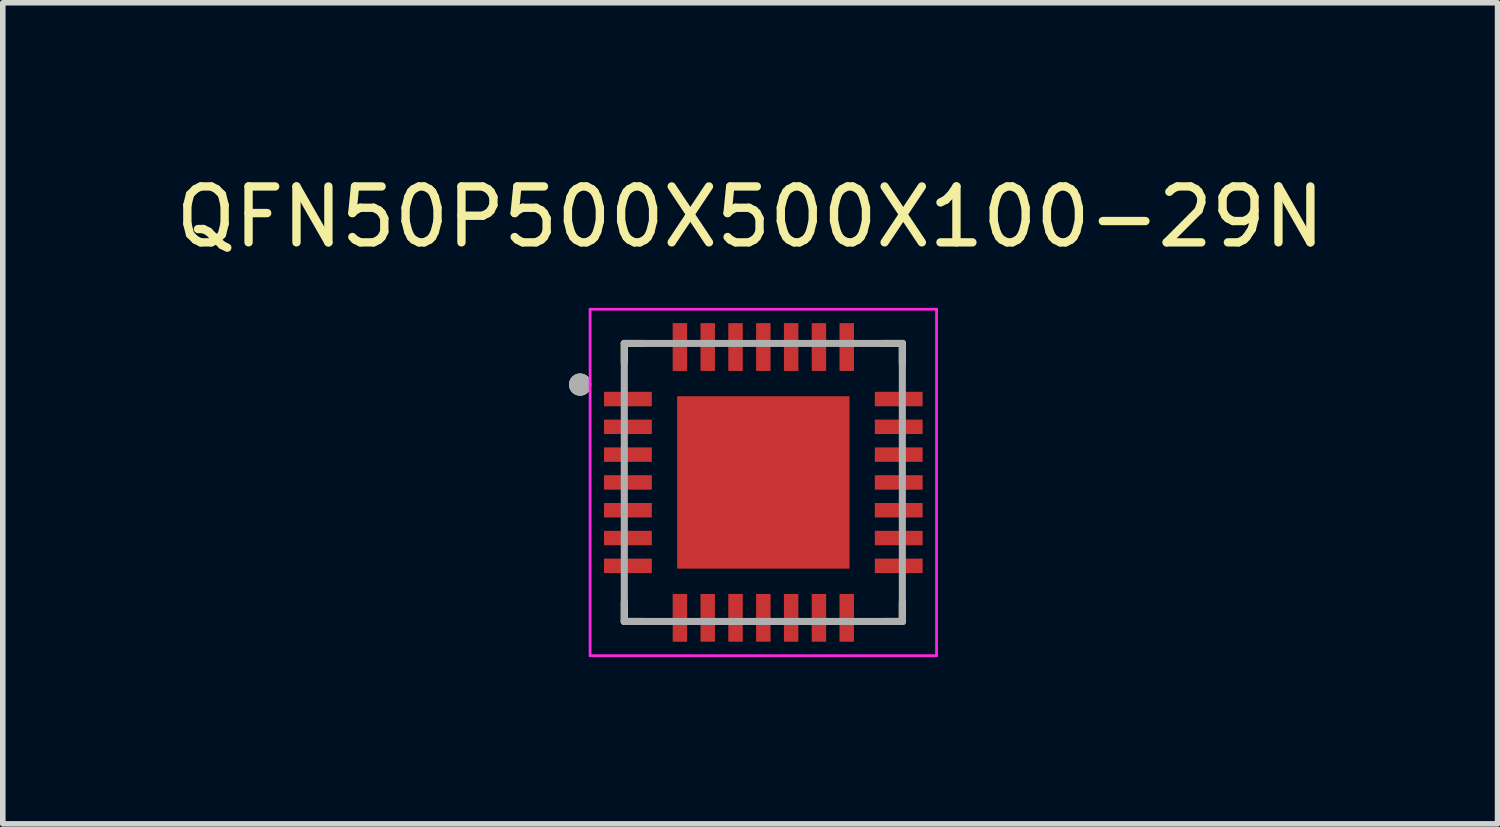
<source format=kicad_pcb>
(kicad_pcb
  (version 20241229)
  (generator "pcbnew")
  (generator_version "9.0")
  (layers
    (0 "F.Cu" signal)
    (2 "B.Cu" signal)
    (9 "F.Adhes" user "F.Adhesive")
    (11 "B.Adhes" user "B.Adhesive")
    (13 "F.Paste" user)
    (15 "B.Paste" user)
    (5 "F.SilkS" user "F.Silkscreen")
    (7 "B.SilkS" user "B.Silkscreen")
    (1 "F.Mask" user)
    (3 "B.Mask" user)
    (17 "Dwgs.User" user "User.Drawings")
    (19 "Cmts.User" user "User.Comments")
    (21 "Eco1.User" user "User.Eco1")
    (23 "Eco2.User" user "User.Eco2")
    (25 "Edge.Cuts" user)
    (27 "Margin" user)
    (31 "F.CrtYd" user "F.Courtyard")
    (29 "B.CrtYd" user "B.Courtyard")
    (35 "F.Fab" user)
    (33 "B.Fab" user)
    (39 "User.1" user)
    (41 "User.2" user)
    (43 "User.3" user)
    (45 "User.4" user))
  (footprint "QFN50P500X500X100-29N"
    (layer "F.Cu")
    (at 10.677 5.626)
    (property "Reference" "QFN50P500X500X100-29N" (at -0.236 -4.775 0) (layer "F.SilkS") (effects (font (size 1.005 1.005) (thickness 0.15))))
    (attr smd)
    (fp_line (start -2.5 -2.5) (end -2.5 -2.15) (stroke (width 0.127) (type solid)) (layer "F.SilkS"))
    (fp_line (start -2.5 -2.5) (end -2.15 -2.5) (stroke (width 0.127) (type solid)) (layer "F.SilkS"))
    (fp_line (start -2.5 2.5) (end -2.5 2.15) (stroke (width 0.127) (type solid)) (layer "F.SilkS"))
    (fp_line (start -2.5 2.5) (end -2.15 2.5) (stroke (width 0.127) (type solid)) (layer "F.SilkS"))
    (fp_line (start 2.5 -2.5) (end 2.15 -2.5) (stroke (width 0.127) (type solid)) (layer "F.SilkS"))
    (fp_line (start 2.5 -2.5) (end 2.5 -2.15) (stroke (width 0.127) (type solid)) (layer "F.SilkS"))
    (fp_line (start 2.5 2.5) (end 2.15 2.5) (stroke (width 0.127) (type solid)) (layer "F.SilkS"))
    (fp_line (start 2.5 2.5) (end 2.5 2.15) (stroke (width 0.127) (type solid)) (layer "F.SilkS"))
    (fp_circle (center -3.295 -1.76) (end -3.195 -1.76) (stroke (width 0.2) (type solid)) (fill no) (layer "F.SilkS"))
    (fp_poly (pts (xy -0.982 -0.98) (xy 0.98 -0.98) (xy 0.98 0.982) (xy -0.982 0.982)) (stroke (width 0.01) (type solid)) (fill yes) (layer "F.Paste"))
    (fp_line (start -3.115 -3.115) (end 3.115 -3.115) (stroke (width 0.05) (type solid)) (layer "F.CrtYd"))
    (fp_line (start -3.115 3.115) (end -3.115 -3.115) (stroke (width 0.05) (type solid)) (layer "F.CrtYd"))
    (fp_line (start -3.115 3.115) (end 3.115 3.115) (stroke (width 0.05) (type solid)) (layer "F.CrtYd"))
    (fp_line (start 3.115 3.115) (end 3.115 -3.115) (stroke (width 0.05) (type solid)) (layer "F.CrtYd"))
    (fp_line (start -2.5 2.5) (end -2.5 -2.5) (stroke (width 0.127) (type solid)) (layer "F.Fab"))
    (fp_line (start 2.5 -2.5) (end -2.5 -2.5) (stroke (width 0.127) (type solid)) (layer "F.Fab"))
    (fp_line (start 2.5 2.5) (end -2.5 2.5) (stroke (width 0.127) (type solid)) (layer "F.Fab"))
    (fp_line (start 2.5 2.5) (end 2.5 -2.5) (stroke (width 0.127) (type solid)) (layer "F.Fab"))
    (fp_circle (center -3.295 -1.76) (end -3.195 -1.76) (stroke (width 0.2) (type solid)) (fill no) (layer "F.Fab"))
    (pad "1" smd roundrect (at -2.435 -1.5) (size 0.86 0.26) (layers "F.Cu" "F.Mask" "F.Paste") (roundrect_rratio 0.03))
    (pad "2" smd roundrect (at -2.435 -1) (size 0.86 0.26) (layers "F.Cu" "F.Mask" "F.Paste") (roundrect_rratio 0.03))
    (pad "3" smd roundrect (at -2.435 -0.5) (size 0.86 0.26) (layers "F.Cu" "F.Mask" "F.Paste") (roundrect_rratio 0.03))
    (pad "4" smd roundrect (at -2.435 0) (size 0.86 0.26) (layers "F.Cu" "F.Mask" "F.Paste") (roundrect_rratio 0.03))
    (pad "5" smd roundrect (at -2.435 0.5) (size 0.86 0.26) (layers "F.Cu" "F.Mask" "F.Paste") (roundrect_rratio 0.03))
    (pad "6" smd roundrect (at -2.435 1) (size 0.86 0.26) (layers "F.Cu" "F.Mask" "F.Paste") (roundrect_rratio 0.03))
    (pad "7" smd roundrect (at -2.435 1.5) (size 0.86 0.26) (layers "F.Cu" "F.Mask" "F.Paste") (roundrect_rratio 0.03))
    (pad "8" smd roundrect (at -1.5 2.435 90) (size 0.86 0.26) (layers "F.Cu" "F.Mask" "F.Paste") (roundrect_rratio 0.03))
    (pad "9" smd roundrect (at -1 2.435 90) (size 0.86 0.26) (layers "F.Cu" "F.Mask" "F.Paste") (roundrect_rratio 0.03))
    (pad "10" smd roundrect (at -0.5 2.435 90) (size 0.86 0.26) (layers "F.Cu" "F.Mask" "F.Paste") (roundrect_rratio 0.03))
    (pad "11" smd roundrect (at 0 2.435 90) (size 0.86 0.26) (layers "F.Cu" "F.Mask" "F.Paste") (roundrect_rratio 0.03))
    (pad "12" smd roundrect (at 0.5 2.435 90) (size 0.86 0.26) (layers "F.Cu" "F.Mask" "F.Paste") (roundrect_rratio 0.03))
    (pad "13" smd roundrect (at 1 2.435 90) (size 0.86 0.26) (layers "F.Cu" "F.Mask" "F.Paste") (roundrect_rratio 0.03))
    (pad "14" smd roundrect (at 1.5 2.435 90) (size 0.86 0.26) (layers "F.Cu" "F.Mask" "F.Paste") (roundrect_rratio 0.03))
    (pad "15" smd roundrect (at 2.435 1.5) (size 0.86 0.26) (layers "F.Cu" "F.Mask" "F.Paste") (roundrect_rratio 0.03))
    (pad "16" smd roundrect (at 2.435 1) (size 0.86 0.26) (layers "F.Cu" "F.Mask" "F.Paste") (roundrect_rratio 0.03))
    (pad "17" smd roundrect (at 2.435 0.5) (size 0.86 0.26) (layers "F.Cu" "F.Mask" "F.Paste") (roundrect_rratio 0.03))
    (pad "18" smd roundrect (at 2.435 0) (size 0.86 0.26) (layers "F.Cu" "F.Mask" "F.Paste") (roundrect_rratio 0.03))
    (pad "19" smd roundrect (at 2.435 -0.5) (size 0.86 0.26) (layers "F.Cu" "F.Mask" "F.Paste") (roundrect_rratio 0.03))
    (pad "20" smd roundrect (at 2.435 -1) (size 0.86 0.26) (layers "F.Cu" "F.Mask" "F.Paste") (roundrect_rratio 0.03))
    (pad "21" smd roundrect (at 2.435 -1.5) (size 0.86 0.26) (layers "F.Cu" "F.Mask" "F.Paste") (roundrect_rratio 0.03))
    (pad "22" smd roundrect (at 1.5 -2.435 90) (size 0.86 0.26) (layers "F.Cu" "F.Mask" "F.Paste") (roundrect_rratio 0.03))
    (pad "23" smd roundrect (at 1 -2.435 90) (size 0.86 0.26) (layers "F.Cu" "F.Mask" "F.Paste") (roundrect_rratio 0.03))
    (pad "24" smd roundrect (at 0.5 -2.435 90) (size 0.86 0.26) (layers "F.Cu" "F.Mask" "F.Paste") (roundrect_rratio 0.03))
    (pad "25" smd roundrect (at 0 -2.435 90) (size 0.86 0.26) (layers "F.Cu" "F.Mask" "F.Paste") (roundrect_rratio 0.03))
    (pad "26" smd roundrect (at -0.5 -2.435 90) (size 0.86 0.26) (layers "F.Cu" "F.Mask" "F.Paste") (roundrect_rratio 0.03))
    (pad "27" smd roundrect (at -1 -2.435 90) (size 0.86 0.26) (layers "F.Cu" "F.Mask" "F.Paste") (roundrect_rratio 0.03))
    (pad "28" smd roundrect (at -1.5 -2.435 90) (size 0.86 0.26) (layers "F.Cu" "F.Mask" "F.Paste") (roundrect_rratio 0.03))
    (pad "29" smd rect (at 0 0) (size 3.1 3.1) (layers "F.Cu" "F.Mask")))
  (gr_rect
    (start -3 -3)
    (end 23.881 11.766)
    (stroke (width 0.1) (type default))
    (fill no)
    (layer "Edge.Cuts")))
</source>
